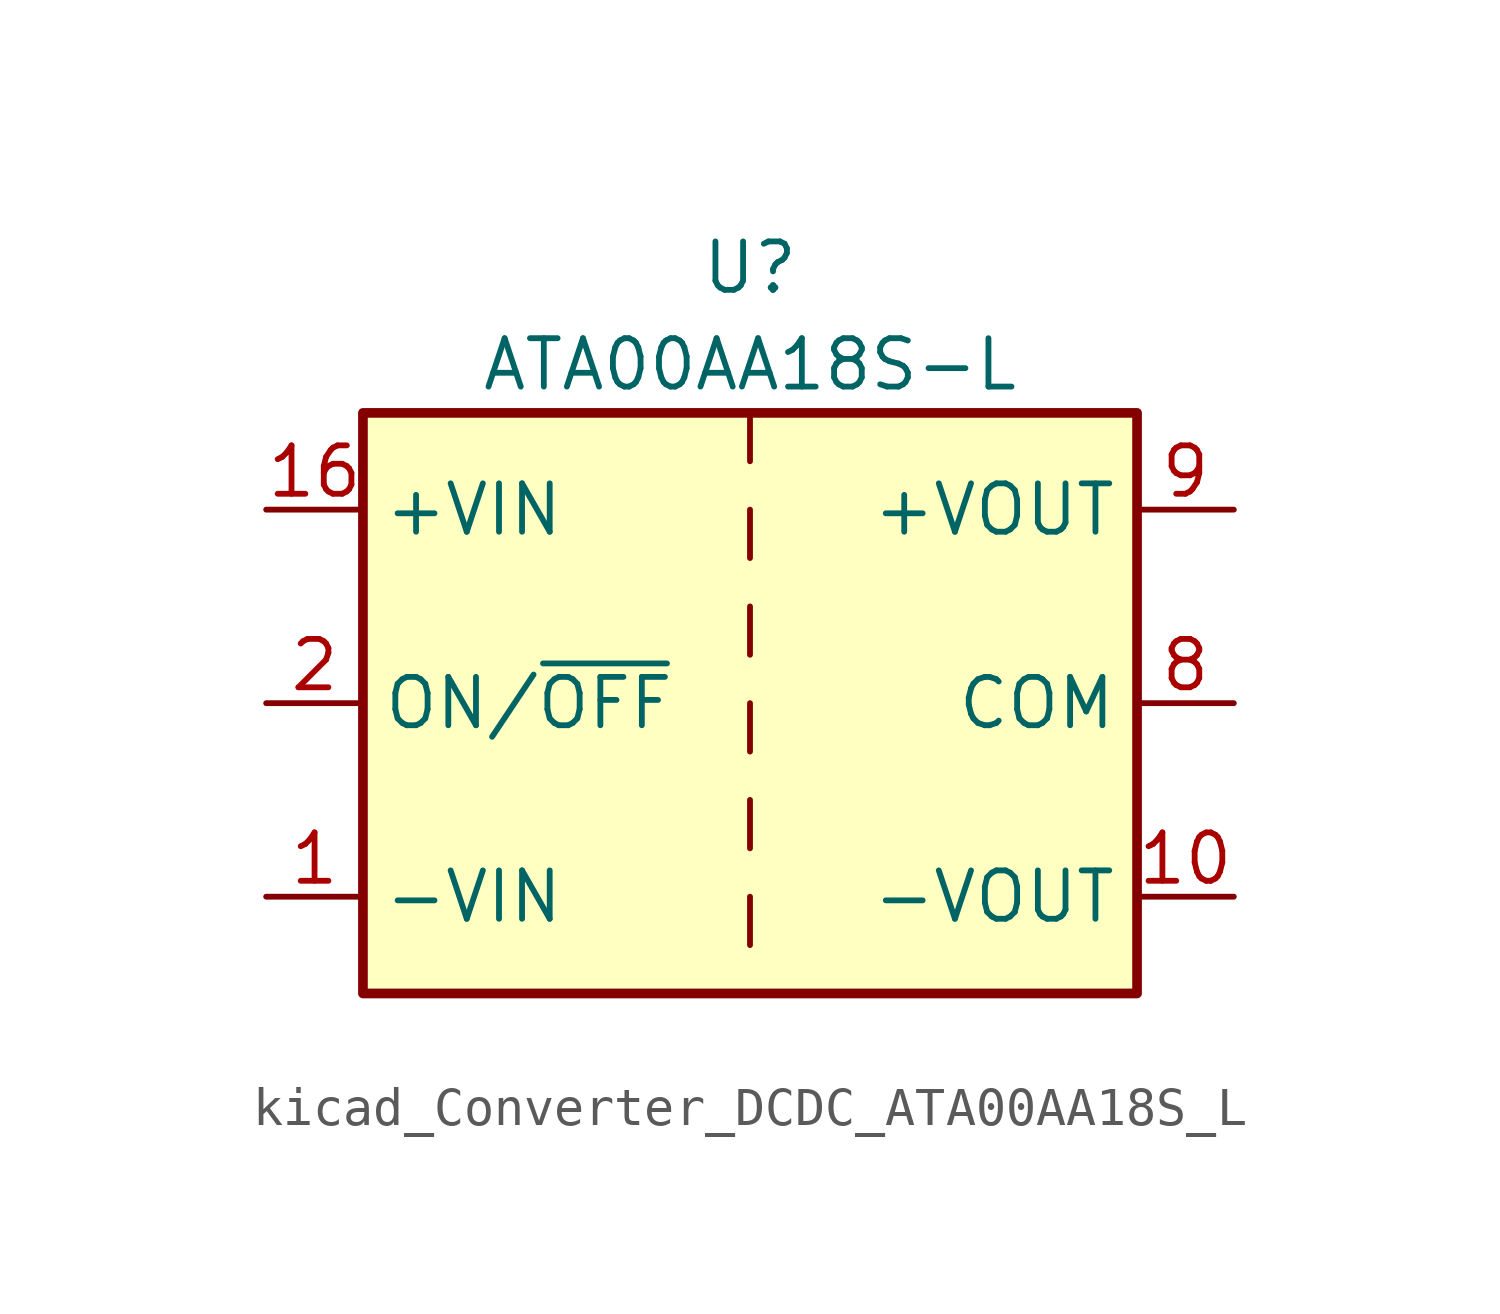
<source format=kicad_sym>
(kicad_symbol_lib
  (version 20220914)
  (generator kicad_symbol_editor)
  (symbol "kicad_Converter_DCDC_ATA00AA18S_L"
    (property "Reference" "U"
      (at 0 11.43 0)
      (effects (font (size 1.27 1.27))))
    (property "Value" "ATA00AA18S-L"
      (at 0 8.89 0)
      (effects (font (size 1.27 1.27))))
    (symbol "kicad_Converter_DCDC_ATA00AA18S_L_0_1"
      (rectangle (start -10.16 7.62) (end 10.16 -7.62) (stroke (width 0.254) (type default)) (fill (type background)))
      (polyline (pts (xy 0 -5.08) (xy 0 -6.35)) (stroke (width 0) (type default)) (fill (type none)))
      (polyline (pts (xy 0 -2.54) (xy 0 -3.81)) (stroke (width 0) (type default)) (fill (type none)))
      (polyline (pts (xy 0 0) (xy 0 -1.27)) (stroke (width 0) (type default)) (fill (type none)))
      (polyline (pts (xy 0 2.54) (xy 0 1.27)) (stroke (width 0) (type default)) (fill (type none)))
      (polyline (pts (xy 0 5.08) (xy 0 3.81)) (stroke (width 0) (type default)) (fill (type none)))
      (polyline (pts (xy 0 7.62) (xy 0 6.35)) (stroke (width 0) (type default)) (fill (type none))))
    (symbol "kicad_Converter_DCDC_ATA00AA18S_L_1_1"
      (pin power_in line (at -12.7 -5.08 0) (length 2.54) (name "-VIN" (effects (font (size 1.27 1.27)))) (number "1" (effects (font (size 1.27 1.27)))))
      (pin power_out line (at 12.7 -5.08 180) (length 2.54) (name "-VOUT" (effects (font (size 1.27 1.27)))) (number "10" (effects (font (size 1.27 1.27)))))
      (pin power_in line (at -12.7 5.08 0) (length 2.54) (name "+VIN" (effects (font (size 1.27 1.27)))) (number "16" (effects (font (size 1.27 1.27)))))
      (pin input line (at -12.7 0 0) (length 2.54) (name "ON/~{OFF}" (effects (font (size 1.27 1.27)))) (number "2" (effects (font (size 1.27 1.27)))))
      (pin no_connect line (at 10.16 2.54 180) (length 2.54) hide (name "NC" (effects (font (size 1.27 1.27)))) (number "7" (effects (font (size 1.27 1.27)))))
      (pin power_out line (at 12.7 0 180) (length 2.54) (name "COM" (effects (font (size 1.27 1.27)))) (number "8" (effects (font (size 1.27 1.27)))))
      (pin power_out line (at 12.7 5.08 180) (length 2.54) (name "+VOUT" (effects (font (size 1.27 1.27)))) (number "9" (effects (font (size 1.27 1.27))))))))
</source>
